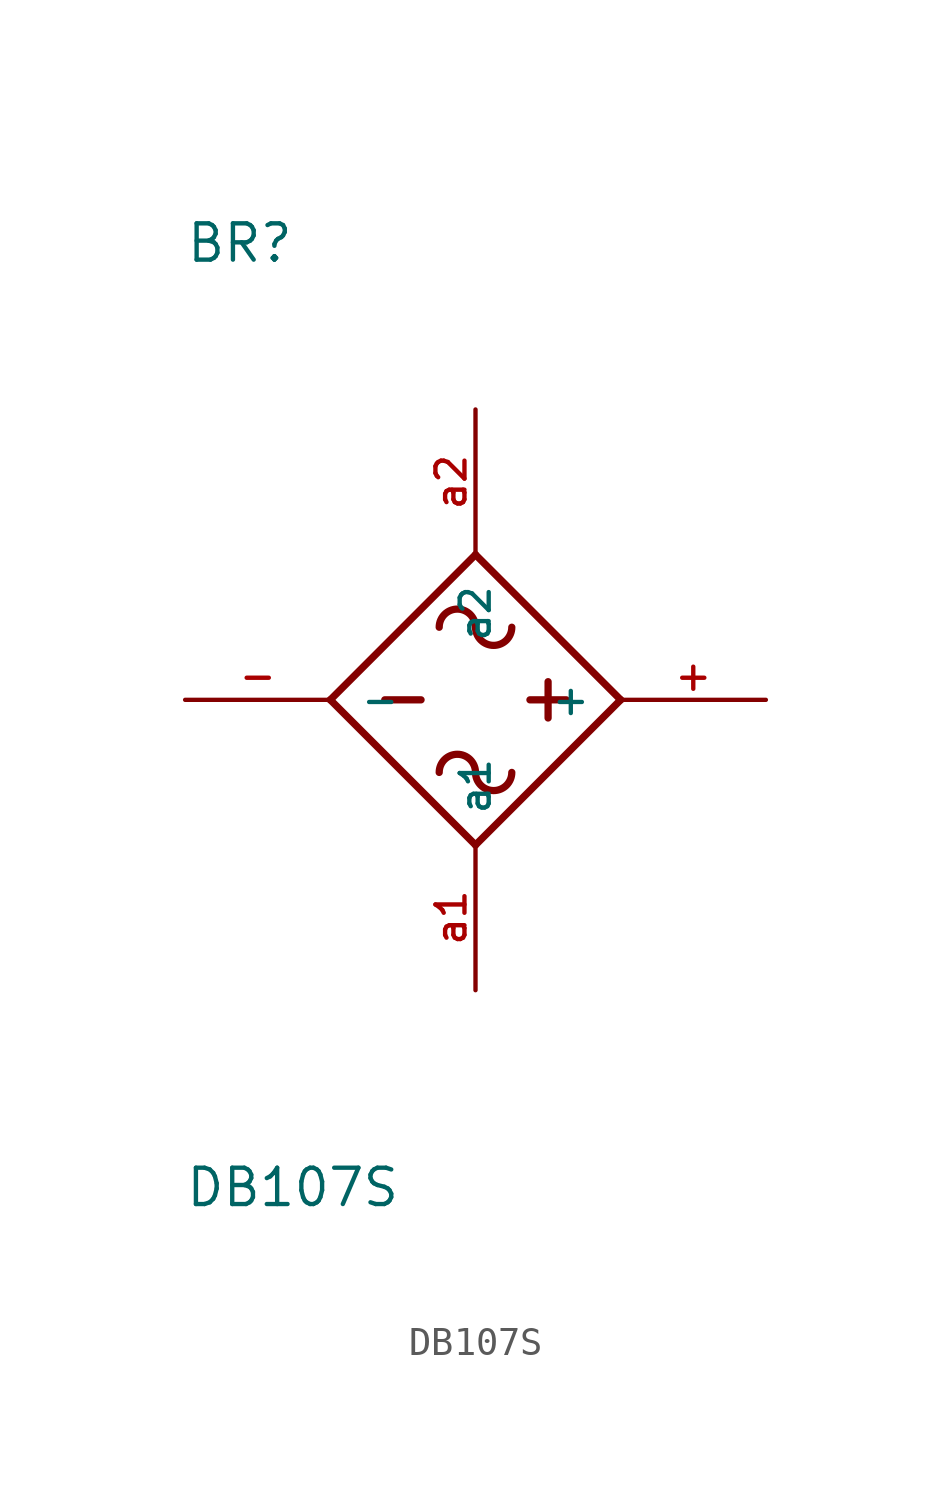
<source format=kicad_sym>
(kicad_symbol_lib
  (version 20211014)
  (generator kicad_symbol_editor)
  (symbol "DB107S"
    (pin_names
      (offset 1.016))
    (property "Reference" "BR"
      (at -10.16 15.24 0)
      (effects (font (size 1.27 1.27)) (justify left bottom)))
    (property "Value" "DB107S"
      (at -10.185 -17.805 0)
      (effects (font (size 1.27 1.27)) (justify left bottom)))
    (symbol "DB107S_0_0"
      (arc (start 0 -2.54) (mid -0.635 -1.905) (end -1.27 -2.54) (stroke (width 0.254) (type default) (color 0 0 0 0)) (fill (type none)))
      (arc (start 0 -2.54) (mid 0.635 -3.175) (end 1.27 -2.54) (stroke (width 0.254) (type default) (color 0 0 0 0)) (fill (type none)))
      (polyline (pts (xy -5.08 0) (xy 0 -5.08)) (stroke (width 0.254) (type default) (color 0 0 0 0)) (fill (type none)))
      (polyline (pts (xy -1.905 0) (xy -3.175 0)) (stroke (width 0.254) (type default) (color 0 0 0 0)) (fill (type none)))
      (polyline (pts (xy 0 -5.08) (xy 5.08 0)) (stroke (width 0.254) (type default) (color 0 0 0 0)) (fill (type none)))
      (polyline (pts (xy 0 5.08) (xy -5.08 0)) (stroke (width 0.254) (type default) (color 0 0 0 0)) (fill (type none)))
      (polyline (pts (xy 1.905 0) (xy 3.175 0)) (stroke (width 0.254) (type default) (color 0 0 0 0)) (fill (type none)))
      (polyline (pts (xy 2.54 0.635) (xy 2.54 -0.635)) (stroke (width 0.254) (type default) (color 0 0 0 0)) (fill (type none)))
      (polyline (pts (xy 5.08 0) (xy 0 5.08)) (stroke (width 0.254) (type default) (color 0 0 0 0)) (fill (type none)))
      (arc (start 0 2.54) (mid -0.635 3.175) (end -1.27 2.54) (stroke (width 0.254) (type default) (color 0 0 0 0)) (fill (type none)))
      (arc (start 0 2.54) (mid 0.635 1.905) (end 1.27 2.54) (stroke (width 0.254) (type default) (color 0 0 0 0)) (fill (type none)))
      (pin output line (at 10.16 0 180) (length 5.08) (name "+" (effects (font (size 1.016 1.016)))) (number "+" (effects (font (size 1.016 1.016)))))
      (pin output line (at -10.16 0 0) (length 5.08) (name "-" (effects (font (size 1.016 1.016)))) (number "-" (effects (font (size 1.016 1.016)))))
      (pin input line (at 0 -10.16 90) (length 5.08) (name "a1" (effects (font (size 1.016 1.016)))) (number "a1" (effects (font (size 1.016 1.016)))))
      (pin input line (at 0 10.16 270) (length 5.08) (name "a2" (effects (font (size 1.016 1.016)))) (number "a2" (effects (font (size 1.016 1.016))))))))
</source>
